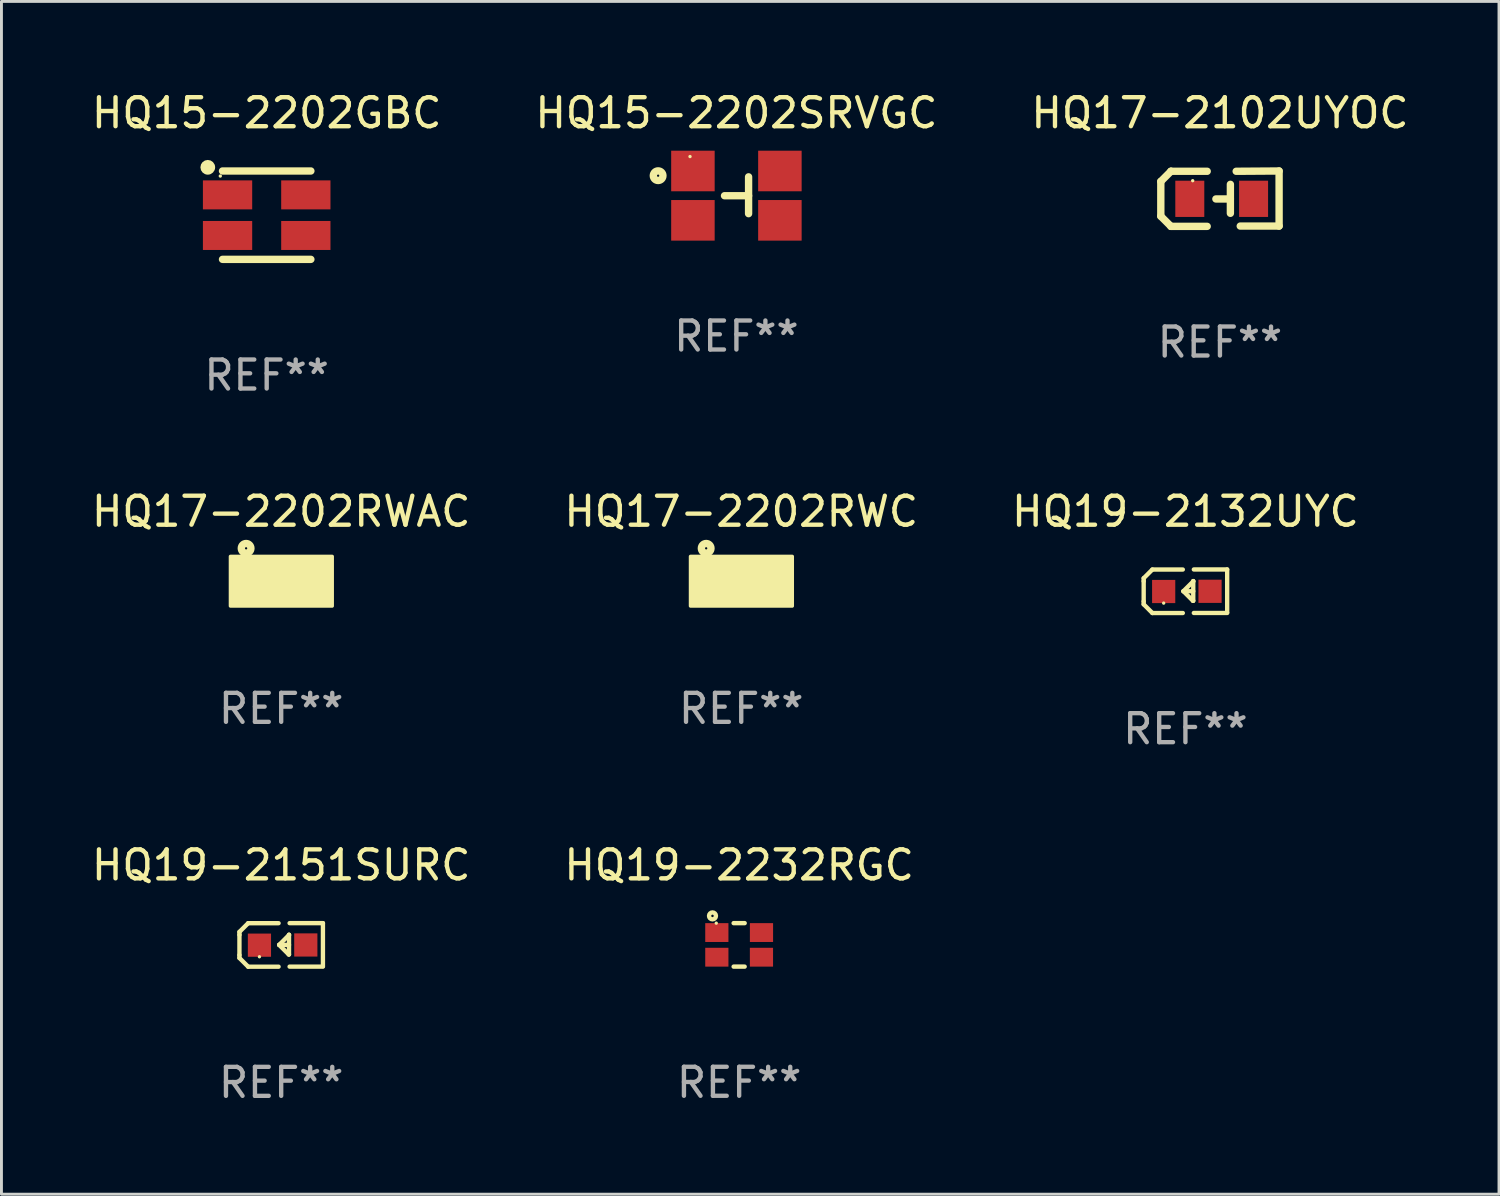
<source format=kicad_pcb>
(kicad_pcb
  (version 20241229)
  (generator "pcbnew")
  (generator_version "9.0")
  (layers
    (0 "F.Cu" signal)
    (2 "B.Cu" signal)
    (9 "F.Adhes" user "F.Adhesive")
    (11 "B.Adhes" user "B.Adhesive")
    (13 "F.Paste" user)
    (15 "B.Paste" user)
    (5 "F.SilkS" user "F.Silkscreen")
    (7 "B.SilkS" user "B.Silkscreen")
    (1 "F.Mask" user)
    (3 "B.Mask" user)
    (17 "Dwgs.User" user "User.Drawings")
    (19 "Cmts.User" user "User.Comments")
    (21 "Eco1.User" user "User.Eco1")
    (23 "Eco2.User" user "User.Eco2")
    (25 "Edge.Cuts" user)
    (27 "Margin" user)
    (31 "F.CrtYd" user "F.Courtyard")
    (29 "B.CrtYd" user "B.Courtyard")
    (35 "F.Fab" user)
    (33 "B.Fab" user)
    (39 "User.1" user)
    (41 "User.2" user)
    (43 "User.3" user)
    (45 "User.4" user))
  (footprint "HQ19-2232RGC"
    (layer "F.Cu")
    (at 22.446 29.542)
    (property "Reference" "HQ19-2232RGC" (at 0 -2.75 0) (layer "F.SilkS") (effects (font (size 1 1) (thickness 0.15))))
    (attr through_hole)
    (fp_line (start -0.19 -0.75) (end 0.19 -0.75) (stroke (width 0.152) (type solid)) (layer "F.SilkS"))
    (fp_line (start -0.19 0.75) (end 0.189 0.75) (stroke (width 0.152) (type solid)) (layer "F.SilkS"))
    (fp_circle (center -0.92 -1) (end -0.877 -1) (stroke (width 0.152) (type solid)) (fill no) (layer "F.SilkS"))
    (fp_circle (center -0.79 -0.75) (end -0.76 -0.75) (stroke (width 0.06) (type solid)) (fill no) (layer "F.SilkS"))
    (fp_text user "REF**" (at 0 4.75 0) (layer "F.Fab") (effects (font (size 1 1) (thickness 0.15))))
    (pad "1" smd rect (at -0.77 -0.425) (size 0.8 0.65) (layers "F.Cu" "F.Mask" "F.Paste"))
    (pad "2" smd rect (at 0.77 -0.425) (size 0.8 0.65) (layers "F.Cu" "F.Mask" "F.Paste"))
    (pad "3" smd rect (at -0.77 0.425) (size 0.8 0.65) (layers "F.Cu" "F.Mask" "F.Paste"))
    (pad "4" smd rect (at 0.769 0.425) (size 0.8 0.65) (layers "F.Cu" "F.Mask" "F.Paste")))
  (footprint "HQ17-2202RWC"
    (layer "F.Cu")
    (at 22.518 16.993)
    (property "Reference" "HQ17-2202RWC" (at 0 -2.4 0) (layer "F.SilkS") (effects (font (size 1 1) (thickness 0.15))))
    (attr through_hole)
    (fp_circle (center -1.21 -1.13) (end -1.171 -1.13) (stroke (width 0.254) (type solid)) (fill no) (layer "F.SilkS"))
    (fp_circle (center -1.001 -0.626) (end -0.971 -0.626) (stroke (width 0.06) (type solid)) (fill no) (layer "F.SilkS"))
    (fp_poly (pts (xy -1.75 -0.85) (xy 1.76 -0.85) (xy 1.76 0.86) (xy -1.75 0.86)) (stroke (width 0.12) (type solid)) (fill yes) (layer "F.SilkS"))
    (fp_text user "REF**" (at 0 4.4 0) (layer "F.Fab") (effects (font (size 1 1) (thickness 0.15))))
    (pad "1" smd rect (at -1.05 -0.4) (size 1 0.5) (layers "F.Cu" "F.Mask" "F.Paste"))
    (pad "2" smd rect (at 1.05 -0.4) (size 1 0.5) (layers "F.Cu" "F.Mask" "F.Paste"))
    (pad "3" smd rect (at -1.05 0.4) (size 1 0.5) (layers "F.Cu" "F.Mask" "F.Paste"))
    (pad "4" smd rect (at 1.05 0.4) (size 1 0.5) (layers "F.Cu" "F.Mask" "F.Paste")))
  (footprint "HQ15-2202GBC"
    (layer "F.Cu")
    (at 6.149 4.372)
    (property "Reference" "HQ15-2202GBC" (at 0 -3.524 0) (layer "F.SilkS") (effects (font (size 1 1) (thickness 0.15))))
    (attr through_hole)
    (fp_line (start -1.524 -1.524) (end 1.524 -1.524) (stroke (width 0.254) (type solid)) (layer "F.SilkS"))
    (fp_line (start -1.524 1.524) (end 1.524 1.524) (stroke (width 0.254) (type solid)) (layer "F.SilkS"))
    (fp_circle (center -2.032 -1.651) (end -1.905 -1.651) (stroke (width 0.254) (type solid)) (fill no) (layer "F.SilkS"))
    (fp_circle (center -1.6 -1.35) (end -1.57 -1.35) (stroke (width 0.06) (type solid)) (fill no) (layer "F.SilkS"))
    (fp_text user "REF**" (at 0 5.524 0) (layer "F.Fab") (effects (font (size 1 1) (thickness 0.15))))
    (pad "1" smd rect (at -1.35 -0.7) (size 1.7 1) (layers "F.Cu" "F.Mask" "F.Paste"))
    (pad "2" smd rect (at 1.35 -0.7) (size 1.7 1) (layers "F.Cu" "F.Mask" "F.Paste"))
    (pad "3" smd rect (at -1.35 0.7) (size 1.7 1) (layers "F.Cu" "F.Mask" "F.Paste"))
    (pad "4" smd rect (at 1.35 0.7) (size 1.7 1) (layers "F.Cu" "F.Mask" "F.Paste")))
  (footprint "HQ19-2151SURC"
    (layer "F.Cu")
    (at 6.649 29.543)
    (property "Reference" "HQ19-2151SURC" (at 0 -2.751 0) (layer "F.SilkS") (effects (font (size 1 1) (thickness 0.15))))
    (attr through_hole)
    (fp_line (start -1.44 -0.449) (end -1.14 -0.749) (stroke (width 0.15) (type solid)) (layer "F.SilkS"))
    (fp_line (start -1.44 -0.349) (end -1.44 -0.449) (stroke (width 0.15) (type solid)) (layer "F.SilkS"))
    (fp_line (start -1.44 -0.349) (end -1.44 0.351) (stroke (width 0.15) (type solid)) (layer "F.SilkS"))
    (fp_line (start -1.44 0.351) (end -1.44 0.451) (stroke (width 0.15) (type solid)) (layer "F.SilkS"))
    (fp_line (start -1.44 0.451) (end -1.14 0.751) (stroke (width 0.15) (type solid)) (layer "F.SilkS"))
    (fp_line (start -0.09 -0.749) (end -1.14 -0.749) (stroke (width 0.15) (type solid)) (layer "F.SilkS"))
    (fp_line (start -0.09 0.751) (end -1.14 0.751) (stroke (width 0.15) (type solid)) (layer "F.SilkS"))
    (fp_line (start 0.26 0.329) (end -0.07 -0.001) (stroke (width 0.15) (type solid)) (layer "F.SilkS"))
    (fp_line (start 0.27 -0.351) (end 0.27 -0.341) (stroke (width 0.15) (type solid)) (layer "F.SilkS"))
    (fp_line (start 0.27 -0.351) (end 0.27 0.329) (stroke (width 0.15) (type solid)) (layer "F.SilkS"))
    (fp_line (start 0.27 -0.341) (end -0.07 -0.001) (stroke (width 0.15) (type solid)) (layer "F.SilkS"))
    (fp_line (start 0.27 -0.001) (end -0.07 -0.001) (stroke (width 0.15) (type solid)) (layer "F.SilkS"))
    (fp_line (start 0.27 0.329) (end 0.26 0.329) (stroke (width 0.15) (type solid)) (layer "F.SilkS"))
    (fp_line (start 0.29 -0.751) (end 1.44 -0.751) (stroke (width 0.15) (type solid)) (layer "F.SilkS"))
    (fp_line (start 0.29 0.749) (end 1.44 0.749) (stroke (width 0.15) (type solid)) (layer "F.SilkS"))
    (fp_line (start 1.44 -0.751) (end 1.44 0.729) (stroke (width 0.15) (type solid)) (layer "F.SilkS"))
    (fp_circle (center -0.75 0.409) (end -0.72 0.409) (stroke (width 0.06) (type solid)) (fill no) (layer "F.SilkS"))
    (fp_text user "REF**" (at 0 4.751 0) (layer "F.Fab") (effects (font (size 1 1) (thickness 0.15))))
    (pad "1" smd rect (at -0.75 0.009 90) (size 0.8 0.8) (layers "F.Cu" "F.Mask" "F.Paste"))
    (pad "2" smd rect (at 0.849 0.002 90) (size 0.8 0.8) (layers "F.Cu" "F.Mask" "F.Paste")))
  (footprint "HQ19-2132UYC"
    (layer "F.Cu")
    (at 37.839 17.344)
    (property "Reference" "HQ19-2132UYC" (at 0 -2.751 0) (layer "F.SilkS") (effects (font (size 1 1) (thickness 0.15))))
    (attr through_hole)
    (fp_line (start -1.44 -0.449) (end -1.14 -0.749) (stroke (width 0.15) (type solid)) (layer "F.SilkS"))
    (fp_line (start -1.44 -0.349) (end -1.44 -0.449) (stroke (width 0.15) (type solid)) (layer "F.SilkS"))
    (fp_line (start -1.44 -0.349) (end -1.44 0.351) (stroke (width 0.15) (type solid)) (layer "F.SilkS"))
    (fp_line (start -1.44 0.351) (end -1.44 0.451) (stroke (width 0.15) (type solid)) (layer "F.SilkS"))
    (fp_line (start -1.44 0.451) (end -1.14 0.751) (stroke (width 0.15) (type solid)) (layer "F.SilkS"))
    (fp_line (start -0.09 -0.749) (end -1.14 -0.749) (stroke (width 0.15) (type solid)) (layer "F.SilkS"))
    (fp_line (start -0.09 0.751) (end -1.14 0.751) (stroke (width 0.15) (type solid)) (layer "F.SilkS"))
    (fp_line (start 0.26 0.329) (end -0.07 -0.001) (stroke (width 0.15) (type solid)) (layer "F.SilkS"))
    (fp_line (start 0.27 -0.351) (end 0.27 -0.341) (stroke (width 0.15) (type solid)) (layer "F.SilkS"))
    (fp_line (start 0.27 -0.351) (end 0.27 0.329) (stroke (width 0.15) (type solid)) (layer "F.SilkS"))
    (fp_line (start 0.27 -0.341) (end -0.07 -0.001) (stroke (width 0.15) (type solid)) (layer "F.SilkS"))
    (fp_line (start 0.27 -0.001) (end -0.07 -0.001) (stroke (width 0.15) (type solid)) (layer "F.SilkS"))
    (fp_line (start 0.27 0.329) (end 0.26 0.329) (stroke (width 0.15) (type solid)) (layer "F.SilkS"))
    (fp_line (start 0.29 -0.751) (end 1.44 -0.751) (stroke (width 0.15) (type solid)) (layer "F.SilkS"))
    (fp_line (start 0.29 0.749) (end 1.44 0.749) (stroke (width 0.15) (type solid)) (layer "F.SilkS"))
    (fp_line (start 1.44 -0.751) (end 1.44 0.729) (stroke (width 0.15) (type solid)) (layer "F.SilkS"))
    (fp_circle (center -0.75 0.409) (end -0.72 0.409) (stroke (width 0.06) (type solid)) (fill no) (layer "F.SilkS"))
    (fp_text user "REF**" (at 0 4.751 0) (layer "F.Fab") (effects (font (size 1 1) (thickness 0.15))))
    (pad "1" smd rect (at -0.75 0.009 90) (size 0.8 0.8) (layers "F.Cu" "F.Mask" "F.Paste"))
    (pad "2" smd rect (at 0.849 0.002 90) (size 0.8 0.8) (layers "F.Cu" "F.Mask" "F.Paste")))
  (footprint "HQ15-2202SRVGC"
    (layer "F.Cu")
    (at 22.351 3.699)
    (property "Reference" "HQ15-2202SRVGC" (at 0 -2.851 0) (layer "F.SilkS") (effects (font (size 1 1) (thickness 0.15))))
    (attr through_hole)
    (fp_line (start 0.42 -0.649) (end 0.42 0.621) (stroke (width 0.254) (type solid)) (layer "F.SilkS"))
    (fp_line (start 0.42 0.002) (end -0.41 0.002) (stroke (width 0.254) (type solid)) (layer "F.SilkS"))
    (fp_circle (center -2.7 -0.689) (end -2.534 -0.689) (stroke (width 0.254) (type solid)) (fill no) (layer "F.SilkS"))
    (fp_circle (center -1.6 -1.349) (end -1.57 -1.349) (stroke (width 0.06) (type solid)) (fill no) (layer "F.SilkS"))
    (fp_text user "REF**" (at 0 4.851 0) (layer "F.Fab") (effects (font (size 1 1) (thickness 0.15))))
    (pad "1" smd rect (at -1.5 -0.851) (size 1.5 1.4) (layers "F.Cu" "F.Mask" "F.Paste"))
    (pad "2" smd rect (at 1.5 -0.851) (size 1.5 1.4) (layers "F.Cu" "F.Mask" "F.Paste"))
    (pad "3" smd rect (at -1.5 0.851) (size 1.5 1.4) (layers "F.Cu" "F.Mask" "F.Paste"))
    (pad "4" smd rect (at 1.5 0.851) (size 1.5 1.4) (layers "F.Cu" "F.Mask" "F.Paste")))
  (footprint "HQ17-2102UYOC"
    (layer "F.Cu")
    (at 39.03 3.803)
    (property "Reference" "HQ17-2102UYOC" (at 0 -2.955 0) (layer "F.SilkS") (effects (font (size 1 1) (thickness 0.15))))
    (attr through_hole)
    (fp_line (start -2.04 -0.595) (end -2.04 0.605) (stroke (width 0.254) (type solid)) (layer "F.SilkS"))
    (fp_line (start -1.69 -0.945) (end -1.69 -0.945) (stroke (width 0.254) (type solid)) (layer "F.SilkS"))
    (fp_line (start -1.69 -0.945) (end -2.04 -0.595) (stroke (width 0.254) (type solid)) (layer "F.SilkS"))
    (fp_line (start -1.69 0.955) (end -2.04 0.605) (stroke (width 0.254) (type solid)) (layer "F.SilkS"))
    (fp_line (start -1.69 0.955) (end -1.69 0.955) (stroke (width 0.254) (type solid)) (layer "F.SilkS"))
    (fp_line (start -0.44 -0.945) (end -1.69 -0.945) (stroke (width 0.254) (type solid)) (layer "F.SilkS"))
    (fp_line (start -0.44 0.955) (end -1.69 0.955) (stroke (width 0.254) (type solid)) (layer "F.SilkS"))
    (fp_line (start 0.36 -0.495) (end 0.36 0.505) (stroke (width 0.254) (type solid)) (layer "F.SilkS"))
    (fp_line (start 0.36 0.01) (end -0.14 0.01) (stroke (width 0.254) (type solid)) (layer "F.SilkS"))
    (fp_line (start 0.56 -0.945) (end 2.04 -0.955) (stroke (width 0.254) (type solid)) (layer "F.SilkS"))
    (fp_line (start 0.7 0.945) (end 2.04 0.945) (stroke (width 0.254) (type solid)) (layer "F.SilkS"))
    (fp_line (start 2.04 -0.955) (end 2.04 0.945) (stroke (width 0.254) (type solid)) (layer "F.SilkS"))
    (fp_circle (center -0.94 -0.62) (end -0.91 -0.62) (stroke (width 0.06) (type solid)) (fill no) (layer "F.SilkS"))
    (fp_text user "REF**" (at 0 4.955 0) (layer "F.Fab") (effects (font (size 1 1) (thickness 0.15))))
    (pad "1" smd rect (at -1.04 0.005 180) (size 1 1.25) (layers "F.Cu" "F.Mask" "F.Paste"))
    (pad "2" smd rect (at 1.16 0.005 180) (size 1 1.25) (layers "F.Cu" "F.Mask" "F.Paste")))
  (footprint "HQ17-2202RWAC"
    (layer "F.Cu")
    (at 6.649 16.993)
    (property "Reference" "HQ17-2202RWAC" (at 0 -2.4 0) (layer "F.SilkS") (effects (font (size 1 1) (thickness 0.15))))
    (attr through_hole)
    (fp_circle (center -1.21 -1.13) (end -1.171 -1.13) (stroke (width 0.254) (type solid)) (fill no) (layer "F.SilkS"))
    (fp_circle (center -1.001 -0.626) (end -0.971 -0.626) (stroke (width 0.06) (type solid)) (fill no) (layer "F.SilkS"))
    (fp_poly (pts (xy -1.75 -0.85) (xy 1.76 -0.85) (xy 1.76 0.86) (xy -1.75 0.86)) (stroke (width 0.12) (type solid)) (fill yes) (layer "F.SilkS"))
    (fp_text user "REF**" (at 0 4.4 0) (layer "F.Fab") (effects (font (size 1 1) (thickness 0.15))))
    (pad "1" smd rect (at -1.05 -0.4) (size 1 0.5) (layers "F.Cu" "F.Mask" "F.Paste"))
    (pad "2" smd rect (at 1.05 -0.4) (size 1 0.5) (layers "F.Cu" "F.Mask" "F.Paste"))
    (pad "3" smd rect (at -1.05 0.4) (size 1 0.5) (layers "F.Cu" "F.Mask" "F.Paste"))
    (pad "4" smd rect (at 1.05 0.4) (size 1 0.5) (layers "F.Cu" "F.Mask" "F.Paste")))
  (gr_rect
    (start -3 -3)
    (end 48.655 38.142)
    (stroke (width 0.1) (type default))
    (fill no)
    (layer "Edge.Cuts")))
</source>
